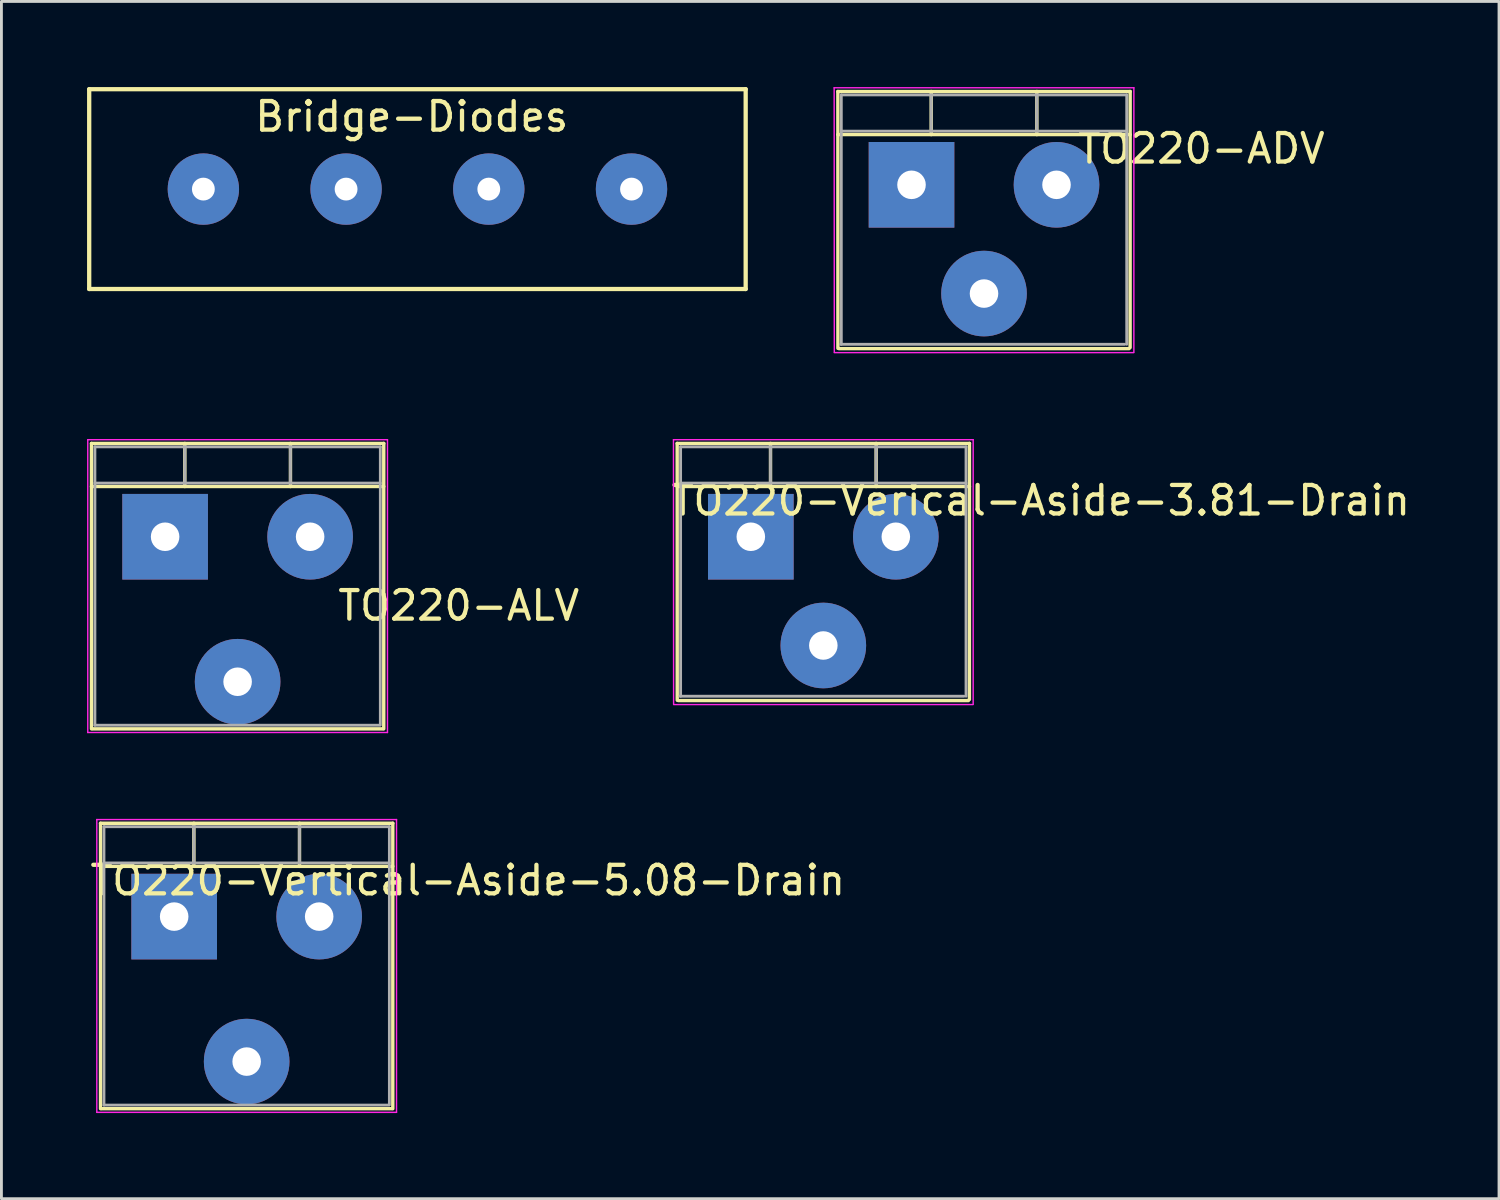
<source format=kicad_pcb>
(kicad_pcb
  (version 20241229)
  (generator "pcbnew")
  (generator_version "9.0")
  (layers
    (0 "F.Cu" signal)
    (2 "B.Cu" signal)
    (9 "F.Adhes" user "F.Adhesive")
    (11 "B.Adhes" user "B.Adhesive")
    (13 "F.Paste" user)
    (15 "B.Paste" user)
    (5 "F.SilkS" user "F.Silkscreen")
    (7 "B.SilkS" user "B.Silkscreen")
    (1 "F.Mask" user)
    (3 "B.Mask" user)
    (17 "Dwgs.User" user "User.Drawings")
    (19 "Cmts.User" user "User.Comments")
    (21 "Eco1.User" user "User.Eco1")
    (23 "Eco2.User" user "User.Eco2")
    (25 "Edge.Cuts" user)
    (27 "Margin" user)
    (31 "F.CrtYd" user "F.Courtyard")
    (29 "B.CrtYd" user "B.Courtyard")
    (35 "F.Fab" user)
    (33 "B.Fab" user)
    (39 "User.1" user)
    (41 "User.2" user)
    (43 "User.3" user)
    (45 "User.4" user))
  (footprint "Bridge-Diodes"
    (layer "F.Cu")
    (at 4.075 3.575)
    (property "Reference" "Bridge-Diodes" (at 7.3 -2.54 0) (layer "F.SilkS") (effects (font (size 1 1) (thickness 0.15))))
    (attr through_hole)
    (fp_line (start -4 -3.5) (end 19 -3.5) (stroke (width 0.15) (type solid)) (layer "F.SilkS"))
    (fp_line (start -4 3.5) (end -4 -3.5) (stroke (width 0.15) (type solid)) (layer "F.SilkS"))
    (fp_line (start 19 -3.5) (end 19 3.5) (stroke (width 0.15) (type solid)) (layer "F.SilkS"))
    (fp_line (start 19 3.5) (end -4 3.5) (stroke (width 0.15) (type solid)) (layer "F.SilkS"))
    (pad "1" thru_hole circle (at 0 0) (size 2.5 2.5) (drill 0.8) (layers "B.Cu" "B.Mask"))
    (pad "2" thru_hole circle (at 5 0) (size 2.5 2.5) (drill 0.8) (layers "B.Cu" "B.Mask"))
    (pad "3" thru_hole circle (at 10 0) (size 2.5 2.5) (drill 0.8) (layers "B.Cu" "B.Mask"))
    (pad "4" thru_hole circle (at 15 0) (size 2.5 2.5) (drill 0.8) (layers "B.Cu" "B.Mask")))
  (footprint "TO220-ADV"
    (layer "F.Cu")
    (at 28.885 3.425)
    (property "Reference" "TO220-ADV" (at 10.16 -1.27 0) (layer "F.SilkS") (effects (font (size 1 1) (thickness 0.15))))
    (attr through_hole)
    (fp_line (start -2.58 -3.27) (end -2.578 5.728) (stroke (width 0.12) (type solid)) (layer "F.SilkS"))
    (fp_line (start -2.58 -3.27) (end 7.66 -3.27) (stroke (width 0.12) (type solid)) (layer "F.SilkS"))
    (fp_line (start -2.58 -1.76) (end 7.66 -1.76) (stroke (width 0.12) (type solid)) (layer "F.SilkS"))
    (fp_line (start -2.54 5.74) (end 7.62 5.74) (stroke (width 0.12) (type solid)) (layer "F.SilkS"))
    (fp_line (start 0.69 -3.27) (end 0.69 -1.76) (stroke (width 0.12) (type solid)) (layer "F.SilkS"))
    (fp_line (start 4.391 -3.27) (end 4.391 -1.76) (stroke (width 0.12) (type solid)) (layer "F.SilkS"))
    (fp_line (start 7.66 -3.27) (end 7.658 5.702) (stroke (width 0.12) (type solid)) (layer "F.SilkS"))
    (fp_line (start -2.71 -3.4) (end -2.705 5.867) (stroke (width 0.05) (type solid)) (layer "F.CrtYd"))
    (fp_line (start -2.705 5.88) (end 7.785 5.88) (stroke (width 0.05) (type solid)) (layer "F.CrtYd"))
    (fp_line (start 7.79 -3.4) (end -2.71 -3.4) (stroke (width 0.05) (type solid)) (layer "F.CrtYd"))
    (fp_line (start 7.79 5.867) (end 7.79 -3.4) (stroke (width 0.05) (type solid)) (layer "F.CrtYd"))
    (fp_line (start -2.485 5.588) (end 7.468 5.588) (stroke (width 0.1) (type solid)) (layer "F.Fab"))
    (fp_line (start -2.46 -3.15) (end -2.46 5.588) (stroke (width 0.1) (type solid)) (layer "F.Fab"))
    (fp_line (start -2.46 -1.88) (end 7.54 -1.88) (stroke (width 0.1) (type solid)) (layer "F.Fab"))
    (fp_line (start 0.69 -3.15) (end 0.69 -1.88) (stroke (width 0.1) (type solid)) (layer "F.Fab"))
    (fp_line (start 4.39 -3.15) (end 4.39 -1.88) (stroke (width 0.1) (type solid)) (layer "F.Fab"))
    (fp_line (start 7.54 -3.15) (end -2.46 -3.15) (stroke (width 0.1) (type solid)) (layer "F.Fab"))
    (fp_line (start 7.54 5.588) (end 7.54 -3.15) (stroke (width 0.1) (type solid)) (layer "F.Fab"))
    (pad "1" thru_hole rect (at 0 0) (size 3 3) (drill 1) (layers "*.Cu" "*.Mask"))
    (pad "2" thru_hole oval (at 2.54 3.81) (size 3 3) (drill 1) (layers "*.Cu" "*.Mask"))
    (pad "3" thru_hole oval (at 5.08 0) (size 3 3) (drill 1) (layers "*.Cu" "*.Mask")))
  (footprint "TO220-Vertical-Aside-5.08-Drain"
    (layer "F.Cu")
    (at 3.052 29.063)
    (property "Reference" "TO220-Vertical-Aside-5.08-Drain" (at 10.287 -1.27 0) (layer "F.SilkS") (effects (font (size 1 1) (thickness 0.15))))
    (attr through_hole)
    (fp_line (start -2.58 -3.27) (end -2.58 6.731) (stroke (width 0.12) (type solid)) (layer "F.SilkS"))
    (fp_line (start -2.58 -3.27) (end 7.66 -3.27) (stroke (width 0.12) (type solid)) (layer "F.SilkS"))
    (fp_line (start -2.58 -1.76) (end 7.66 -1.76) (stroke (width 0.12) (type solid)) (layer "F.SilkS"))
    (fp_line (start -2.54 6.731) (end 7.62 6.731) (stroke (width 0.12) (type solid)) (layer "F.SilkS"))
    (fp_line (start 0.69 -3.27) (end 0.69 -1.76) (stroke (width 0.12) (type solid)) (layer "F.SilkS"))
    (fp_line (start 4.391 -3.27) (end 4.391 -1.76) (stroke (width 0.12) (type solid)) (layer "F.SilkS"))
    (fp_line (start 7.66 -3.27) (end 7.66 6.731) (stroke (width 0.12) (type solid)) (layer "F.SilkS"))
    (fp_line (start -2.71 -3.4) (end -2.71 6.858) (stroke (width 0.05) (type solid)) (layer "F.CrtYd"))
    (fp_line (start -2.71 6.858) (end 7.79 6.858) (stroke (width 0.05) (type solid)) (layer "F.CrtYd"))
    (fp_line (start 7.79 -3.4) (end -2.71 -3.4) (stroke (width 0.05) (type solid)) (layer "F.CrtYd"))
    (fp_line (start 7.79 6.858) (end 7.79 -3.4) (stroke (width 0.05) (type solid)) (layer "F.CrtYd"))
    (fp_line (start -2.46 -3.15) (end -2.46 6.604) (stroke (width 0.1) (type solid)) (layer "F.Fab"))
    (fp_line (start -2.46 -1.88) (end 7.54 -1.88) (stroke (width 0.1) (type solid)) (layer "F.Fab"))
    (fp_line (start -2.46 6.604) (end 7.493 6.604) (stroke (width 0.1) (type solid)) (layer "F.Fab"))
    (fp_line (start 0.69 -3.15) (end 0.69 -1.88) (stroke (width 0.1) (type solid)) (layer "F.Fab"))
    (fp_line (start 4.39 -3.15) (end 4.39 -1.88) (stroke (width 0.1) (type solid)) (layer "F.Fab"))
    (fp_line (start 7.54 -3.15) (end -2.46 -3.15) (stroke (width 0.1) (type solid)) (layer "F.Fab"))
    (fp_line (start 7.54 6.604) (end 7.54 -3.15) (stroke (width 0.1) (type solid)) (layer "F.Fab"))
    (pad "1" thru_hole rect (at 0 0) (size 3 3) (drill 1) (layers "*.Cu" "*.Mask"))
    (pad "2" thru_hole oval (at 2.54 5.08) (size 3 3) (drill 1) (layers "*.Cu" "*.Mask"))
    (pad "3" thru_hole oval (at 5.08 0) (size 3 3) (drill 1) (layers "*.Cu" "*.Mask")))
  (footprint "TO220-Verical-Aside-3.81-Drain"
    (layer "F.Cu")
    (at 23.255 15.755)
    (property "Reference" "TO220-Verical-Aside-3.81-Drain" (at 10.16 -1.27 0) (layer "F.SilkS") (effects (font (size 1 1) (thickness 0.15))))
    (attr through_hole)
    (fp_line (start -2.58 -3.27) (end -2.578 5.728) (stroke (width 0.12) (type solid)) (layer "F.SilkS"))
    (fp_line (start -2.58 -3.27) (end 7.66 -3.27) (stroke (width 0.12) (type solid)) (layer "F.SilkS"))
    (fp_line (start -2.58 -1.76) (end 7.66 -1.76) (stroke (width 0.12) (type solid)) (layer "F.SilkS"))
    (fp_line (start -2.54 5.74) (end 7.62 5.74) (stroke (width 0.12) (type solid)) (layer "F.SilkS"))
    (fp_line (start 0.69 -3.27) (end 0.69 -1.76) (stroke (width 0.12) (type solid)) (layer "F.SilkS"))
    (fp_line (start 4.391 -3.27) (end 4.391 -1.76) (stroke (width 0.12) (type solid)) (layer "F.SilkS"))
    (fp_line (start 7.66 -3.27) (end 7.658 5.702) (stroke (width 0.12) (type solid)) (layer "F.SilkS"))
    (fp_line (start -2.71 -3.4) (end -2.705 5.867) (stroke (width 0.05) (type solid)) (layer "F.CrtYd"))
    (fp_line (start -2.705 5.88) (end 7.785 5.88) (stroke (width 0.05) (type solid)) (layer "F.CrtYd"))
    (fp_line (start 7.79 -3.4) (end -2.71 -3.4) (stroke (width 0.05) (type solid)) (layer "F.CrtYd"))
    (fp_line (start 7.79 5.867) (end 7.79 -3.4) (stroke (width 0.05) (type solid)) (layer "F.CrtYd"))
    (fp_line (start -2.485 5.588) (end 7.468 5.588) (stroke (width 0.1) (type solid)) (layer "F.Fab"))
    (fp_line (start -2.46 -3.15) (end -2.46 5.588) (stroke (width 0.1) (type solid)) (layer "F.Fab"))
    (fp_line (start -2.46 -1.88) (end 7.54 -1.88) (stroke (width 0.1) (type solid)) (layer "F.Fab"))
    (fp_line (start 0.69 -3.15) (end 0.69 -1.88) (stroke (width 0.1) (type solid)) (layer "F.Fab"))
    (fp_line (start 4.39 -3.15) (end 4.39 -1.88) (stroke (width 0.1) (type solid)) (layer "F.Fab"))
    (fp_line (start 7.54 -3.15) (end -2.46 -3.15) (stroke (width 0.1) (type solid)) (layer "F.Fab"))
    (fp_line (start 7.54 5.588) (end 7.54 -3.15) (stroke (width 0.1) (type solid)) (layer "F.Fab"))
    (pad "1" thru_hole rect (at 0 0) (size 3 3) (drill 1) (layers "*.Cu" "*.Mask"))
    (pad "2" thru_hole oval (at 2.54 3.81) (size 3 3) (drill 1) (layers "*.Cu" "*.Mask"))
    (pad "3" thru_hole oval (at 5.08 0) (size 3 3) (drill 1) (layers "*.Cu" "*.Mask")))
  (footprint "TO220-ALV"
    (layer "F.Cu")
    (at 2.735 15.755)
    (property "Reference" "TO220-ALV" (at 10.287 2.413 0) (layer "F.SilkS") (effects (font (size 1 1) (thickness 0.15))))
    (attr through_hole)
    (fp_line (start -2.58 -3.27) (end -2.58 6.731) (stroke (width 0.12) (type solid)) (layer "F.SilkS"))
    (fp_line (start -2.58 -3.27) (end 7.66 -3.27) (stroke (width 0.12) (type solid)) (layer "F.SilkS"))
    (fp_line (start -2.58 -1.76) (end 7.66 -1.76) (stroke (width 0.12) (type solid)) (layer "F.SilkS"))
    (fp_line (start -2.54 6.731) (end 7.62 6.731) (stroke (width 0.12) (type solid)) (layer "F.SilkS"))
    (fp_line (start 0.69 -3.27) (end 0.69 -1.76) (stroke (width 0.12) (type solid)) (layer "F.SilkS"))
    (fp_line (start 4.391 -3.27) (end 4.391 -1.76) (stroke (width 0.12) (type solid)) (layer "F.SilkS"))
    (fp_line (start 7.66 -3.27) (end 7.66 6.731) (stroke (width 0.12) (type solid)) (layer "F.SilkS"))
    (fp_line (start -2.71 -3.4) (end -2.71 6.858) (stroke (width 0.05) (type solid)) (layer "F.CrtYd"))
    (fp_line (start -2.71 6.858) (end 7.79 6.858) (stroke (width 0.05) (type solid)) (layer "F.CrtYd"))
    (fp_line (start 7.79 -3.4) (end -2.71 -3.4) (stroke (width 0.05) (type solid)) (layer "F.CrtYd"))
    (fp_line (start 7.79 6.858) (end 7.79 -3.4) (stroke (width 0.05) (type solid)) (layer "F.CrtYd"))
    (fp_line (start -2.46 -3.15) (end -2.46 6.604) (stroke (width 0.1) (type solid)) (layer "F.Fab"))
    (fp_line (start -2.46 -1.88) (end 7.54 -1.88) (stroke (width 0.1) (type solid)) (layer "F.Fab"))
    (fp_line (start -2.46 6.604) (end 7.493 6.604) (stroke (width 0.1) (type solid)) (layer "F.Fab"))
    (fp_line (start 0.69 -3.15) (end 0.69 -1.88) (stroke (width 0.1) (type solid)) (layer "F.Fab"))
    (fp_line (start 4.39 -3.15) (end 4.39 -1.88) (stroke (width 0.1) (type solid)) (layer "F.Fab"))
    (fp_line (start 7.54 -3.15) (end -2.46 -3.15) (stroke (width 0.1) (type solid)) (layer "F.Fab"))
    (fp_line (start 7.54 6.604) (end 7.54 -3.15) (stroke (width 0.1) (type solid)) (layer "F.Fab"))
    (pad "1" thru_hole rect (at 0 0) (size 3 3) (drill 1) (layers "*.Cu" "*.Mask"))
    (pad "2" thru_hole oval (at 2.54 5.08) (size 3 3) (drill 1) (layers "*.Cu" "*.Mask"))
    (pad "3" thru_hole oval (at 5.08 0) (size 3 3) (drill 1) (layers "*.Cu" "*.Mask")))
  (gr_rect
    (start -3 -3)
    (end 49.468 38.946)
    (stroke (width 0.1) (type default))
    (fill no)
    (layer "Edge.Cuts")))
</source>
